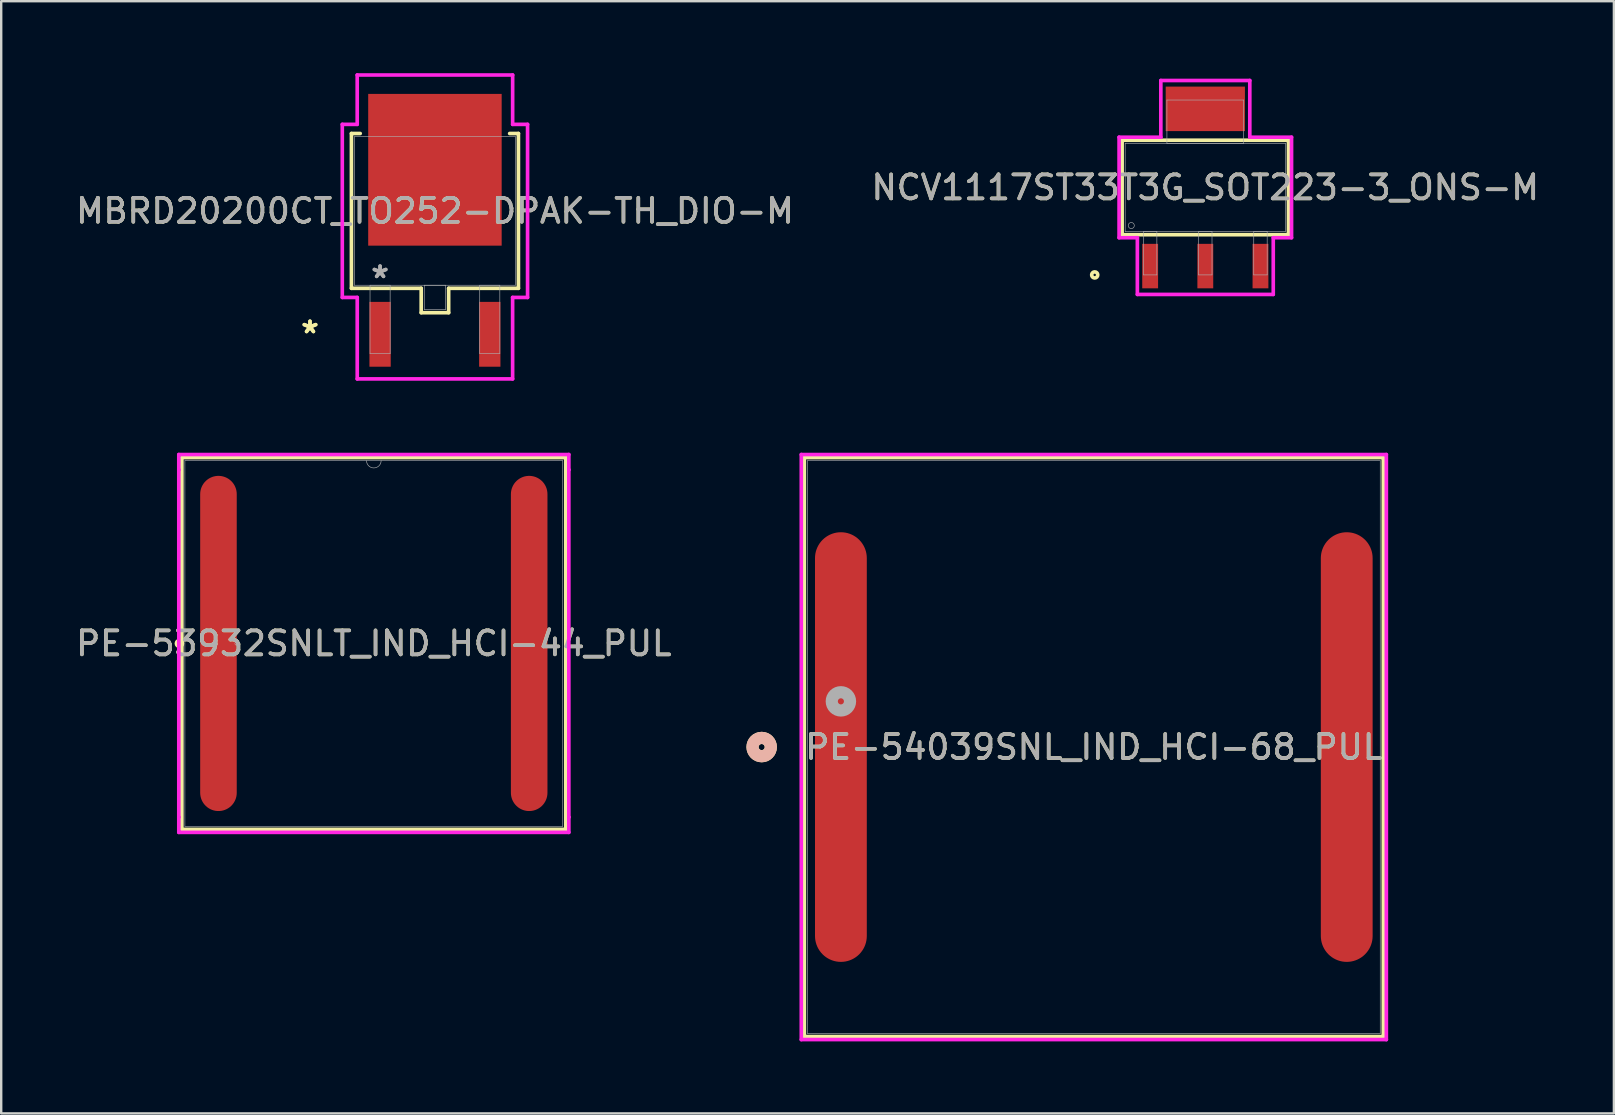
<source format=kicad_pcb>
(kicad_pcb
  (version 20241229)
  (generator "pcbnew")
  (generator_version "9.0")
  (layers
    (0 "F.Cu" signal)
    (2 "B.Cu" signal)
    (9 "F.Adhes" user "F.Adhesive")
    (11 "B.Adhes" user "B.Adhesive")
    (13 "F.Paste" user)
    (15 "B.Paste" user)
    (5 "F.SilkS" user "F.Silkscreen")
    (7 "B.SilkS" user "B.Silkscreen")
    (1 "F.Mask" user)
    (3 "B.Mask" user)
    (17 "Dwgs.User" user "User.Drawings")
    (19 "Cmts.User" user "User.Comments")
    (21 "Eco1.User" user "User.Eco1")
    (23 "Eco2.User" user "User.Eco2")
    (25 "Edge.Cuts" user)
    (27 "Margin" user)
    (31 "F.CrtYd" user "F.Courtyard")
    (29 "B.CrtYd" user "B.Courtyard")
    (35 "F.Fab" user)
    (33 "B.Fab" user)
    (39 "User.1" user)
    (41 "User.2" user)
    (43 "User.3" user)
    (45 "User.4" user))
  (footprint "PE-54039SNL_IND_HCI-68_PUL"
    (layer "F.Cu")
    (at 42.538 28.086)
    (property "Reference" "PE-54039SNL_IND_HCI-68_PUL" (at 0 0 0) (unlocked yes) (layer "F.SilkS") (effects (font (size 1 1) (thickness 0.15))))
    (attr smd)
    (fp_line (start -12.065 -12.065) (end -12.065 12.065) (stroke (width 0.152) (type solid)) (layer "F.SilkS"))
    (fp_line (start -12.065 12.065) (end 12.065 12.065) (stroke (width 0.152) (type solid)) (layer "F.SilkS"))
    (fp_line (start 12.065 -12.065) (end -12.065 -12.065) (stroke (width 0.152) (type solid)) (layer "F.SilkS"))
    (fp_line (start 12.065 12.065) (end 12.065 -12.065) (stroke (width 0.152) (type solid)) (layer "F.SilkS"))
    (fp_circle (center -13.843 0) (end -13.462 0) (stroke (width 0.508) (type solid)) (fill no) (layer "F.SilkS"))
    (fp_circle (center -13.843 0) (end -13.462 0) (stroke (width 0.508) (type solid)) (fill no) (layer "B.SilkS"))
    (fp_line (start -12.192 -12.192) (end -12.192 12.192) (stroke (width 0.152) (type solid)) (layer "F.CrtYd"))
    (fp_line (start -12.192 12.192) (end 12.192 12.192) (stroke (width 0.152) (type solid)) (layer "F.CrtYd"))
    (fp_line (start 12.192 -12.192) (end -12.192 -12.192) (stroke (width 0.152) (type solid)) (layer "F.CrtYd"))
    (fp_line (start 12.192 12.192) (end 12.192 -12.192) (stroke (width 0.152) (type solid)) (layer "F.CrtYd"))
    (fp_line (start -11.938 -11.938) (end -11.938 11.938) (stroke (width 0.025) (type solid)) (layer "F.Fab"))
    (fp_line (start -11.938 11.938) (end 11.938 11.938) (stroke (width 0.025) (type solid)) (layer "F.Fab"))
    (fp_line (start 11.938 -11.938) (end -11.938 -11.938) (stroke (width 0.025) (type solid)) (layer "F.Fab"))
    (fp_line (start 11.938 11.938) (end 11.938 -11.938) (stroke (width 0.025) (type solid)) (layer "F.Fab"))
    (fp_circle (center -10.541 -1.905) (end -10.16 -1.905) (stroke (width 0.508) (type solid)) (fill no) (layer "F.Fab"))
    (fp_text user "${REFERENCE}" (at 0 0 0) (unlocked yes) (layer "F.Fab") (effects (font (size 1 1) (thickness 0.15))))
    (pad "1" smd oval (at -10.541 0) (size 2.159 17.907) (layers "F.Cu" "F.Mask" "F.Paste"))
    (pad "2" smd oval (at 10.541 0) (size 2.159 17.907) (layers "F.Cu" "F.Mask" "F.Paste")))
  (footprint "MBRD20200CT_TO252-DPAK-TH_DIO-M"
    (layer "F.Cu")
    (at 15.077 5.74)
    (property "Reference" "MBRD20200CT_TO252-DPAK-TH_DIO-M" (at 0 0 0) (unlocked yes) (layer "F.SilkS") (effects (font (size 1 1) (thickness 0.15))))
    (attr smd)
    (fp_line (start -3.48 -3.226) (end -3.48 3.226) (stroke (width 0.152) (type solid)) (layer "F.SilkS"))
    (fp_line (start -3.48 3.226) (end -0.572 3.226) (stroke (width 0.152) (type solid)) (layer "F.SilkS"))
    (fp_line (start -3.114 -3.226) (end -3.48 -3.226) (stroke (width 0.152) (type solid)) (layer "F.SilkS"))
    (fp_line (start -0.572 3.226) (end -0.572 4.242) (stroke (width 0.152) (type solid)) (layer "F.SilkS"))
    (fp_line (start -0.572 4.242) (end 0.572 4.242) (stroke (width 0.152) (type solid)) (layer "F.SilkS"))
    (fp_line (start 0.572 3.226) (end 3.48 3.226) (stroke (width 0.152) (type solid)) (layer "F.SilkS"))
    (fp_line (start 0.572 4.242) (end 0.572 3.226) (stroke (width 0.152) (type solid)) (layer "F.SilkS"))
    (fp_line (start 3.48 -3.226) (end 3.114 -3.226) (stroke (width 0.152) (type solid)) (layer "F.SilkS"))
    (fp_line (start 3.48 3.226) (end 3.48 -3.226) (stroke (width 0.152) (type solid)) (layer "F.SilkS"))
    (fp_line (start -3.861 -3.607) (end -3.239 -3.607) (stroke (width 0.152) (type solid)) (layer "F.CrtYd"))
    (fp_line (start -3.861 3.607) (end -3.861 -3.607) (stroke (width 0.152) (type solid)) (layer "F.CrtYd"))
    (fp_line (start -3.239 -5.664) (end 3.239 -5.664) (stroke (width 0.152) (type solid)) (layer "F.CrtYd"))
    (fp_line (start -3.239 -3.607) (end -3.239 -5.664) (stroke (width 0.152) (type solid)) (layer "F.CrtYd"))
    (fp_line (start -3.238 3.607) (end -3.861 3.607) (stroke (width 0.152) (type solid)) (layer "F.CrtYd"))
    (fp_line (start -3.238 7.002) (end -3.238 3.607) (stroke (width 0.152) (type solid)) (layer "F.CrtYd"))
    (fp_line (start 3.238 3.607) (end 3.238 7.002) (stroke (width 0.152) (type solid)) (layer "F.CrtYd"))
    (fp_line (start 3.238 7.002) (end -3.238 7.002) (stroke (width 0.152) (type solid)) (layer "F.CrtYd"))
    (fp_line (start 3.239 -5.664) (end 3.239 -3.607) (stroke (width 0.152) (type solid)) (layer "F.CrtYd"))
    (fp_line (start 3.239 -3.607) (end 3.861 -3.607) (stroke (width 0.152) (type solid)) (layer "F.CrtYd"))
    (fp_line (start 3.861 -3.607) (end 3.861 3.607) (stroke (width 0.152) (type solid)) (layer "F.CrtYd"))
    (fp_line (start 3.861 3.607) (end 3.238 3.607) (stroke (width 0.152) (type solid)) (layer "F.CrtYd"))
    (fp_line (start -3.353 -3.099) (end -3.353 3.099) (stroke (width 0.025) (type solid)) (layer "F.Fab"))
    (fp_line (start -3.353 3.099) (end 3.353 3.099) (stroke (width 0.025) (type solid)) (layer "F.Fab"))
    (fp_line (start -2.705 3.099) (end -2.705 5.944) (stroke (width 0.025) (type solid)) (layer "F.Fab"))
    (fp_line (start -2.705 5.944) (end -1.867 5.944) (stroke (width 0.025) (type solid)) (layer "F.Fab"))
    (fp_line (start -1.867 3.099) (end -2.705 3.099) (stroke (width 0.025) (type solid)) (layer "F.Fab"))
    (fp_line (start -1.867 5.944) (end -1.867 3.099) (stroke (width 0.025) (type solid)) (layer "F.Fab"))
    (fp_line (start -0.445 3.099) (end -0.445 4.115) (stroke (width 0.025) (type solid)) (layer "F.Fab"))
    (fp_line (start -0.445 4.115) (end 0.445 4.115) (stroke (width 0.025) (type solid)) (layer "F.Fab"))
    (fp_line (start 0.445 3.099) (end -0.445 3.099) (stroke (width 0.025) (type solid)) (layer "F.Fab"))
    (fp_line (start 0.445 4.115) (end 0.445 3.099) (stroke (width 0.025) (type solid)) (layer "F.Fab"))
    (fp_line (start 1.867 3.099) (end 1.867 5.944) (stroke (width 0.025) (type solid)) (layer "F.Fab"))
    (fp_line (start 1.867 5.944) (end 2.705 5.944) (stroke (width 0.025) (type solid)) (layer "F.Fab"))
    (fp_line (start 2.705 3.099) (end 1.867 3.099) (stroke (width 0.025) (type solid)) (layer "F.Fab"))
    (fp_line (start 2.705 5.944) (end 2.705 3.099) (stroke (width 0.025) (type solid)) (layer "F.Fab"))
    (fp_line (start 3.353 -3.099) (end -3.353 -3.099) (stroke (width 0.025) (type solid)) (layer "F.Fab"))
    (fp_line (start 3.353 3.099) (end 3.353 -3.099) (stroke (width 0.025) (type solid)) (layer "F.Fab"))
    (fp_text user "*" (at -5.207 5.143 0) (unlocked yes) (layer "F.SilkS") (effects (font (size 1 1) (thickness 0.15))))
    (fp_text user "*" (at -5.207 5.143 0) (layer "F.SilkS") (effects (font (size 1 1) (thickness 0.15))))
    (fp_text user "*" (at -2.286 2.845 0) (unlocked yes) (layer "F.Fab") (effects (font (size 1 1) (thickness 0.15))))
    (fp_text user "${REFERENCE}" (at 0 0 0) (unlocked yes) (layer "F.Fab") (effects (font (size 1 1) (thickness 0.15))))
    (fp_text user "*" (at -2.286 2.845 0) (layer "F.Fab") (effects (font (size 1 1) (thickness 0.15))))
    (pad "1" smd rect (at -2.286 5.143) (size 0.888 2.702) (layers "F.Cu" "F.Mask" "F.Paste"))
    (pad "2" smd rect (at 0 -1.714) (size 5.563 6.325) (layers "F.Cu" "F.Mask" "F.Paste"))
    (pad "3" smd rect (at 2.286 5.143) (size 0.888 2.702) (layers "F.Cu" "F.Mask" "F.Paste")))
  (footprint "PE-53932SNLT_IND_HCI-44_PUL"
    (layer "F.Cu")
    (at 12.53 23.768)
    (property "Reference" "PE-53932SNLT_IND_HCI-44_PUL" (at 0 0 0) (unlocked yes) (layer "F.SilkS") (effects (font (size 1 1) (thickness 0.15))))
    (attr smd)
    (fp_line (start -8.001 -7.747) (end -8.001 7.747) (stroke (width 0.152) (type solid)) (layer "F.SilkS"))
    (fp_line (start -8.001 7.747) (end 8.001 7.747) (stroke (width 0.152) (type solid)) (layer "F.SilkS"))
    (fp_line (start 8.001 -7.747) (end -8.001 -7.747) (stroke (width 0.152) (type solid)) (layer "F.SilkS"))
    (fp_line (start 8.001 7.747) (end 8.001 -7.747) (stroke (width 0.152) (type solid)) (layer "F.SilkS"))
    (fp_circle (center -8.101 0) (end -7.974 0) (stroke (width 0.152) (type solid)) (fill no) (layer "F.SilkS"))
    (fp_line (start -8.128 -7.874) (end 8.128 -7.874) (stroke (width 0.152) (type solid)) (layer "F.CrtYd"))
    (fp_line (start -8.128 -7.239) (end -8.128 -7.874) (stroke (width 0.152) (type solid)) (layer "F.CrtYd"))
    (fp_line (start -8.128 -7.239) (end -8.128 -7.239) (stroke (width 0.152) (type solid)) (layer "F.CrtYd"))
    (fp_line (start -8.128 7.239) (end -8.128 -7.239) (stroke (width 0.152) (type solid)) (layer "F.CrtYd"))
    (fp_line (start -8.128 7.239) (end -8.128 7.239) (stroke (width 0.152) (type solid)) (layer "F.CrtYd"))
    (fp_line (start -8.128 7.874) (end -8.128 7.239) (stroke (width 0.152) (type solid)) (layer "F.CrtYd"))
    (fp_line (start 8.128 -7.874) (end 8.128 -7.239) (stroke (width 0.152) (type solid)) (layer "F.CrtYd"))
    (fp_line (start 8.128 -7.239) (end 8.128 -7.239) (stroke (width 0.152) (type solid)) (layer "F.CrtYd"))
    (fp_line (start 8.128 -7.239) (end 8.128 7.239) (stroke (width 0.152) (type solid)) (layer "F.CrtYd"))
    (fp_line (start 8.128 7.239) (end 8.128 7.239) (stroke (width 0.152) (type solid)) (layer "F.CrtYd"))
    (fp_line (start 8.128 7.239) (end 8.128 7.874) (stroke (width 0.152) (type solid)) (layer "F.CrtYd"))
    (fp_line (start 8.128 7.874) (end -8.128 7.874) (stroke (width 0.152) (type solid)) (layer "F.CrtYd"))
    (fp_line (start -7.874 -7.62) (end -7.874 7.62) (stroke (width 0.025) (type solid)) (layer "F.Fab"))
    (fp_line (start -7.874 7.62) (end 7.874 7.62) (stroke (width 0.025) (type solid)) (layer "F.Fab"))
    (fp_line (start 7.874 -7.62) (end -7.874 -7.62) (stroke (width 0.025) (type solid)) (layer "F.Fab"))
    (fp_line (start 7.874 7.62) (end 7.874 -7.62) (stroke (width 0.025) (type solid)) (layer "F.Fab"))
    (fp_arc (start 0.3048 -7.62) (mid 0 -7.3152) (end -0.3048 -7.62) (stroke (width 0.0254) (type solid)) (layer "F.Fab"))
    (fp_circle (center -5.713 0) (end -5.637 0) (stroke (width 0.025) (type solid)) (fill no) (layer "F.Fab"))
    (fp_text user "${REFERENCE}" (at 0 0 0) (unlocked yes) (layer "F.Fab") (effects (font (size 1 1) (thickness 0.15))))
    (pad "1" smd oval (at -6.475 0) (size 1.524 13.97) (layers "F.Cu" "F.Mask" "F.Paste"))
    (pad "2" smd oval (at 6.475 0) (size 1.524 13.97) (layers "F.Cu" "F.Mask" "F.Paste")))
  (footprint "NCV1117ST33T3G_SOT223-3_ONS-M"
    (layer "F.Cu")
    (at 47.185 4.763)
    (property "Reference" "NCV1117ST33T3G_SOT223-3_ONS-M" (at 0 0 0) (unlocked yes) (layer "F.SilkS") (effects (font (size 1 1) (thickness 0.15))))
    (attr smd)
    (fp_poly (pts (xy 1.651 -4.204) (xy -1.651 -4.204) (xy -1.651 -2.349) (xy 1.651 -2.349)) (stroke (width 0) (type solid)) (fill yes) (layer "F.Cu"))
    (fp_poly (pts (xy 1.702 -4.763) (xy -1.702 -4.763) (xy -1.702 -1.892) (xy 1.702 -1.892)) (stroke (width 0) (type solid)) (fill yes) (layer "F.Mask"))
    (fp_line (start -3.467 -1.968) (end -3.467 1.968) (stroke (width 0.152) (type solid)) (layer "F.SilkS"))
    (fp_line (start -3.467 1.968) (end 3.467 1.968) (stroke (width 0.152) (type solid)) (layer "F.SilkS"))
    (fp_line (start 3.467 -1.968) (end -3.467 -1.968) (stroke (width 0.152) (type solid)) (layer "F.SilkS"))
    (fp_line (start 3.467 1.968) (end 3.467 -1.968) (stroke (width 0.152) (type solid)) (layer "F.SilkS"))
    (fp_circle (center -4.61 3.645) (end -4.483 3.645) (stroke (width 0.152) (type solid)) (fill no) (layer "F.SilkS"))
    (fp_poly (pts (xy 1.651 -4.204) (xy -1.651 -4.204) (xy -1.651 -2.349) (xy 1.651 -2.349)) (stroke (width 0) (type solid)) (fill yes) (layer "F.Paste"))
    (fp_line (start -3.594 -2.095) (end -1.854 -2.095) (stroke (width 0.152) (type solid)) (layer "F.CrtYd"))
    (fp_line (start -3.594 2.095) (end -3.594 -2.095) (stroke (width 0.152) (type solid)) (layer "F.CrtYd"))
    (fp_line (start -2.832 2.095) (end -3.594 2.095) (stroke (width 0.152) (type solid)) (layer "F.CrtYd"))
    (fp_line (start -2.832 4.458) (end -2.832 2.095) (stroke (width 0.152) (type solid)) (layer "F.CrtYd"))
    (fp_line (start -1.854 -4.458) (end 1.854 -4.458) (stroke (width 0.152) (type solid)) (layer "F.CrtYd"))
    (fp_line (start -1.854 -2.095) (end -1.854 -4.458) (stroke (width 0.152) (type solid)) (layer "F.CrtYd"))
    (fp_line (start 1.854 -4.458) (end 1.854 -2.095) (stroke (width 0.152) (type solid)) (layer "F.CrtYd"))
    (fp_line (start 1.854 -2.095) (end 3.594 -2.095) (stroke (width 0.152) (type solid)) (layer "F.CrtYd"))
    (fp_line (start 2.832 2.095) (end 2.832 4.458) (stroke (width 0.152) (type solid)) (layer "F.CrtYd"))
    (fp_line (start 2.832 4.458) (end -2.832 4.458) (stroke (width 0.152) (type solid)) (layer "F.CrtYd"))
    (fp_line (start 3.594 -2.095) (end 3.594 2.095) (stroke (width 0.152) (type solid)) (layer "F.CrtYd"))
    (fp_line (start 3.594 2.095) (end 2.832 2.095) (stroke (width 0.152) (type solid)) (layer "F.CrtYd"))
    (fp_line (start -3.34 -1.841) (end -3.34 1.841) (stroke (width 0.025) (type solid)) (layer "F.Fab"))
    (fp_line (start -3.34 1.841) (end 3.34 1.841) (stroke (width 0.025) (type solid)) (layer "F.Fab"))
    (fp_line (start -2.578 1.841) (end -2.578 3.645) (stroke (width 0.025) (type solid)) (layer "F.Fab"))
    (fp_line (start -2.578 3.645) (end -2.019 3.645) (stroke (width 0.025) (type solid)) (layer "F.Fab"))
    (fp_line (start -2.019 1.841) (end -2.578 1.841) (stroke (width 0.025) (type solid)) (layer "F.Fab"))
    (fp_line (start -2.019 3.645) (end -2.019 1.841) (stroke (width 0.025) (type solid)) (layer "F.Fab"))
    (fp_line (start -1.6 -3.645) (end -1.6 -1.841) (stroke (width 0.025) (type solid)) (layer "F.Fab"))
    (fp_line (start -1.6 -1.841) (end 1.6 -1.841) (stroke (width 0.025) (type solid)) (layer "F.Fab"))
    (fp_line (start -0.279 1.841) (end -0.279 3.645) (stroke (width 0.025) (type solid)) (layer "F.Fab"))
    (fp_line (start -0.279 3.645) (end 0.279 3.645) (stroke (width 0.025) (type solid)) (layer "F.Fab"))
    (fp_line (start 0.279 1.841) (end -0.279 1.841) (stroke (width 0.025) (type solid)) (layer "F.Fab"))
    (fp_line (start 0.279 3.645) (end 0.279 1.841) (stroke (width 0.025) (type solid)) (layer "F.Fab"))
    (fp_line (start 1.6 -3.645) (end -1.6 -3.645) (stroke (width 0.025) (type solid)) (layer "F.Fab"))
    (fp_line (start 1.6 -1.841) (end 1.6 -3.645) (stroke (width 0.025) (type solid)) (layer "F.Fab"))
    (fp_line (start 2.019 1.841) (end 2.019 3.645) (stroke (width 0.025) (type solid)) (layer "F.Fab"))
    (fp_line (start 2.019 3.645) (end 2.578 3.645) (stroke (width 0.025) (type solid)) (layer "F.Fab"))
    (fp_line (start 2.578 1.841) (end 2.019 1.841) (stroke (width 0.025) (type solid)) (layer "F.Fab"))
    (fp_line (start 2.578 3.645) (end 2.578 1.841) (stroke (width 0.025) (type solid)) (layer "F.Fab"))
    (fp_line (start 3.34 -1.841) (end -3.34 -1.841) (stroke (width 0.025) (type solid)) (layer "F.Fab"))
    (fp_line (start 3.34 1.841) (end 3.34 -1.841) (stroke (width 0.025) (type solid)) (layer "F.Fab"))
    (fp_circle (center -3.086 1.587) (end -2.959 1.587) (stroke (width 0.025) (type solid)) (fill no) (layer "F.Fab"))
    (fp_text user "${REFERENCE}" (at 0 0 0) (unlocked yes) (layer "F.Fab") (effects (font (size 1 1) (thickness 0.15))))
    (pad "1" smd rect (at -2.299 3.277) (size 0.66 1.854) (layers "F.Cu" "F.Mask" "F.Paste"))
    (pad "2" smd rect (at 0 3.277) (size 0.66 1.854) (layers "F.Cu" "F.Mask" "F.Paste"))
    (pad "3" smd rect (at 2.299 3.277) (size 0.66 1.854) (layers "F.Cu" "F.Mask" "F.Paste")))
  (gr_rect
    (start -3 -3)
    (end 64.214 43.355)
    (stroke (width 0.1) (type default))
    (fill no)
    (layer "Edge.Cuts")))
</source>
